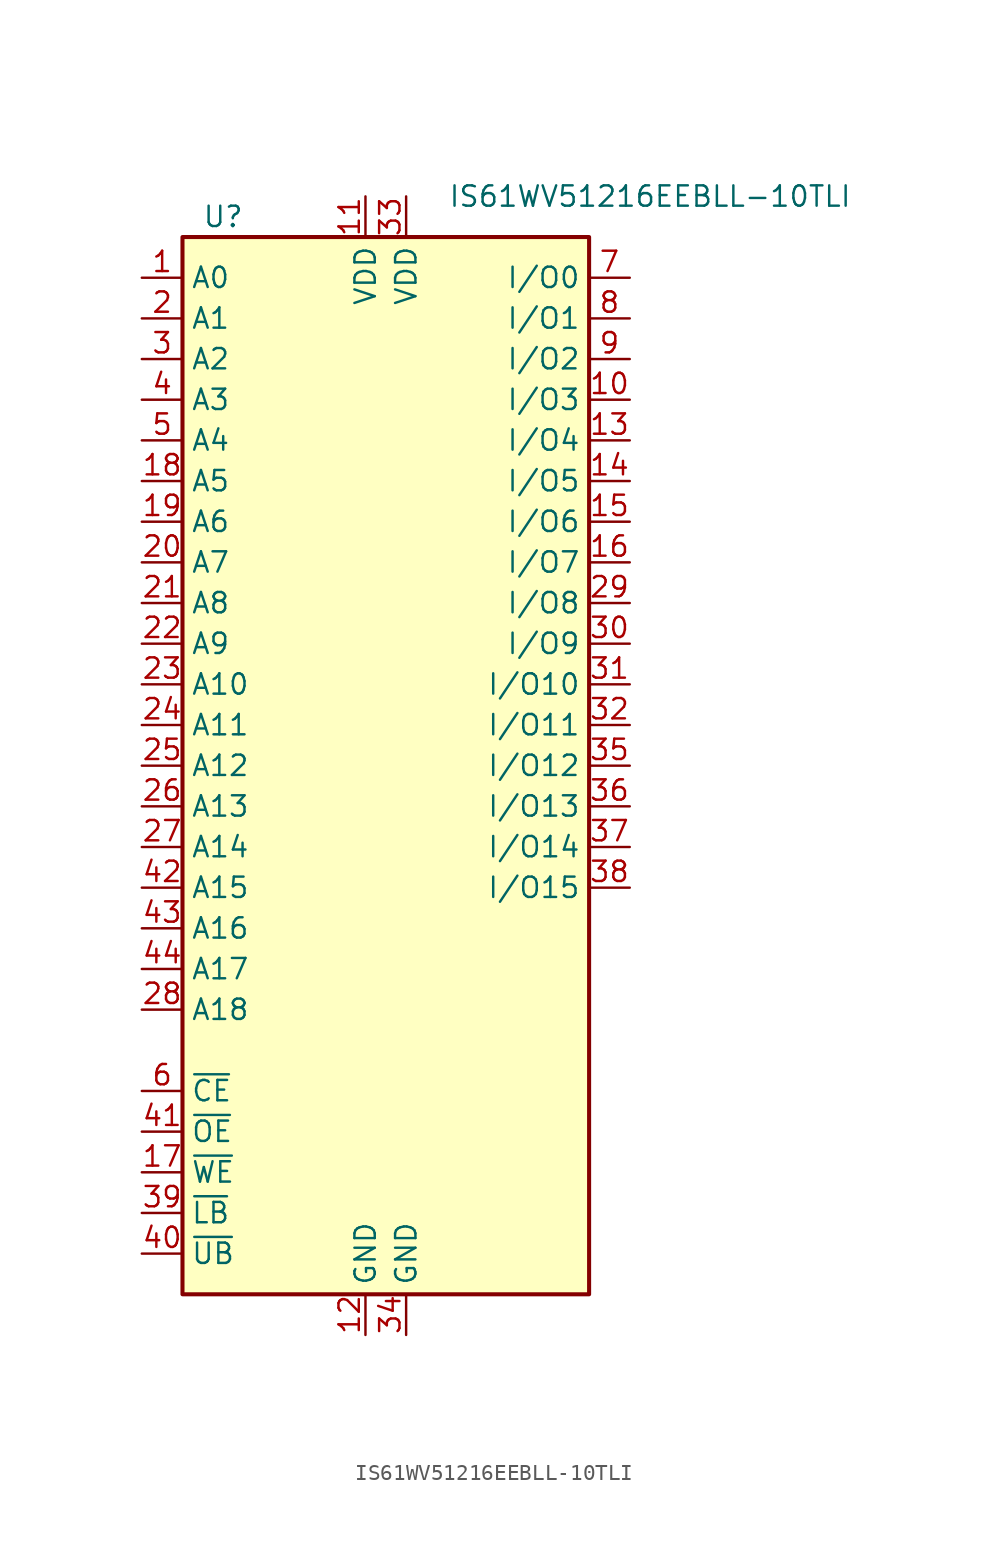
<source format=kicad_sym>
(kicad_symbol_lib
  (version 20220914)
  (generator kicad_symbol_editor)
  (symbol "IS61WV51216EEBLL-10TLI"
    (property "Reference" "U"
      (at -10.16 31.75 0)
      (effects (font (size 1.27 1.27))))
    (property "Value" "IS61WV51216EEBLL-10TLI"
      (at 16.51 33.02 0)
      (effects (font (size 1.27 1.27))))
    (symbol "IS61WV51216EEBLL-10TLI_0_1"
      (rectangle (start -12.7 30.48) (end 12.7 -35.56) (stroke (width 0.254) (type default)) (fill (type background))))
    (symbol "IS61WV51216EEBLL-10TLI_1_1"
      (pin input line (at -15.24 27.94 0) (length 2.54) (name "A0" (effects (font (size 1.27 1.27)))) (number "1" (effects (font (size 1.27 1.27)))))
      (pin bidirectional line (at 15.24 20.32 180) (length 2.54) (name "I/O3" (effects (font (size 1.27 1.27)))) (number "10" (effects (font (size 1.27 1.27)))))
      (pin power_in line (at -1.27 33.02 270) (length 2.54) (name "VDD" (effects (font (size 1.27 1.27)))) (number "11" (effects (font (size 1.27 1.27)))))
      (pin power_in line (at -1.27 -38.1 90) (length 2.54) (name "GND" (effects (font (size 1.27 1.27)))) (number "12" (effects (font (size 1.27 1.27)))))
      (pin bidirectional line (at 15.24 17.78 180) (length 2.54) (name "I/O4" (effects (font (size 1.27 1.27)))) (number "13" (effects (font (size 1.27 1.27)))))
      (pin bidirectional line (at 15.24 15.24 180) (length 2.54) (name "I/O5" (effects (font (size 1.27 1.27)))) (number "14" (effects (font (size 1.27 1.27)))))
      (pin bidirectional line (at 15.24 12.7 180) (length 2.54) (name "I/O6" (effects (font (size 1.27 1.27)))) (number "15" (effects (font (size 1.27 1.27)))))
      (pin bidirectional line (at 15.24 10.16 180) (length 2.54) (name "I/O7" (effects (font (size 1.27 1.27)))) (number "16" (effects (font (size 1.27 1.27)))))
      (pin input line (at -15.24 -27.94 0) (length 2.54) (name "~{WE}" (effects (font (size 1.27 1.27)))) (number "17" (effects (font (size 1.27 1.27)))))
      (pin input line (at -15.24 15.24 0) (length 2.54) (name "A5" (effects (font (size 1.27 1.27)))) (number "18" (effects (font (size 1.27 1.27)))))
      (pin input line (at -15.24 12.7 0) (length 2.54) (name "A6" (effects (font (size 1.27 1.27)))) (number "19" (effects (font (size 1.27 1.27)))))
      (pin input line (at -15.24 25.4 0) (length 2.54) (name "A1" (effects (font (size 1.27 1.27)))) (number "2" (effects (font (size 1.27 1.27)))))
      (pin input line (at -15.24 10.16 0) (length 2.54) (name "A7" (effects (font (size 1.27 1.27)))) (number "20" (effects (font (size 1.27 1.27)))))
      (pin input line (at -15.24 7.62 0) (length 2.54) (name "A8" (effects (font (size 1.27 1.27)))) (number "21" (effects (font (size 1.27 1.27)))))
      (pin input line (at -15.24 5.08 0) (length 2.54) (name "A9" (effects (font (size 1.27 1.27)))) (number "22" (effects (font (size 1.27 1.27)))))
      (pin input line (at -15.24 2.54 0) (length 2.54) (name "A10" (effects (font (size 1.27 1.27)))) (number "23" (effects (font (size 1.27 1.27)))))
      (pin input line (at -15.24 0 0) (length 2.54) (name "A11" (effects (font (size 1.27 1.27)))) (number "24" (effects (font (size 1.27 1.27)))))
      (pin input line (at -15.24 -2.54 0) (length 2.54) (name "A12" (effects (font (size 1.27 1.27)))) (number "25" (effects (font (size 1.27 1.27)))))
      (pin input line (at -15.24 -5.08 0) (length 2.54) (name "A13" (effects (font (size 1.27 1.27)))) (number "26" (effects (font (size 1.27 1.27)))))
      (pin input line (at -15.24 -7.62 0) (length 2.54) (name "A14" (effects (font (size 1.27 1.27)))) (number "27" (effects (font (size 1.27 1.27)))))
      (pin input line (at -15.24 -17.78 0) (length 2.54) (name "A18" (effects (font (size 1.27 1.27)))) (number "28" (effects (font (size 1.27 1.27)))))
      (pin bidirectional line (at 15.24 7.62 180) (length 2.54) (name "I/O8" (effects (font (size 1.27 1.27)))) (number "29" (effects (font (size 1.27 1.27)))))
      (pin input line (at -15.24 22.86 0) (length 2.54) (name "A2" (effects (font (size 1.27 1.27)))) (number "3" (effects (font (size 1.27 1.27)))))
      (pin bidirectional line (at 15.24 5.08 180) (length 2.54) (name "I/O9" (effects (font (size 1.27 1.27)))) (number "30" (effects (font (size 1.27 1.27)))))
      (pin bidirectional line (at 15.24 2.54 180) (length 2.54) (name "I/O10" (effects (font (size 1.27 1.27)))) (number "31" (effects (font (size 1.27 1.27)))))
      (pin bidirectional line (at 15.24 0 180) (length 2.54) (name "I/O11" (effects (font (size 1.27 1.27)))) (number "32" (effects (font (size 1.27 1.27)))))
      (pin power_in line (at 1.27 33.02 270) (length 2.54) (name "VDD" (effects (font (size 1.27 1.27)))) (number "33" (effects (font (size 1.27 1.27)))))
      (pin power_in line (at 1.27 -38.1 90) (length 2.54) (name "GND" (effects (font (size 1.27 1.27)))) (number "34" (effects (font (size 1.27 1.27)))))
      (pin bidirectional line (at 15.24 -2.54 180) (length 2.54) (name "I/O12" (effects (font (size 1.27 1.27)))) (number "35" (effects (font (size 1.27 1.27)))))
      (pin bidirectional line (at 15.24 -5.08 180) (length 2.54) (name "I/O13" (effects (font (size 1.27 1.27)))) (number "36" (effects (font (size 1.27 1.27)))))
      (pin bidirectional line (at 15.24 -7.62 180) (length 2.54) (name "I/O14" (effects (font (size 1.27 1.27)))) (number "37" (effects (font (size 1.27 1.27)))))
      (pin bidirectional line (at 15.24 -10.16 180) (length 2.54) (name "I/O15" (effects (font (size 1.27 1.27)))) (number "38" (effects (font (size 1.27 1.27)))))
      (pin input line (at -15.24 -30.48 0) (length 2.54) (name "~{LB}" (effects (font (size 1.27 1.27)))) (number "39" (effects (font (size 1.27 1.27)))))
      (pin input line (at -15.24 20.32 0) (length 2.54) (name "A3" (effects (font (size 1.27 1.27)))) (number "4" (effects (font (size 1.27 1.27)))))
      (pin input line (at -15.24 -33.02 0) (length 2.54) (name "~{UB}" (effects (font (size 1.27 1.27)))) (number "40" (effects (font (size 1.27 1.27)))))
      (pin input line (at -15.24 -25.4 0) (length 2.54) (name "~{OE}" (effects (font (size 1.27 1.27)))) (number "41" (effects (font (size 1.27 1.27)))))
      (pin input line (at -15.24 -10.16 0) (length 2.54) (name "A15" (effects (font (size 1.27 1.27)))) (number "42" (effects (font (size 1.27 1.27)))))
      (pin input line (at -15.24 -12.7 0) (length 2.54) (name "A16" (effects (font (size 1.27 1.27)))) (number "43" (effects (font (size 1.27 1.27)))))
      (pin input line (at -15.24 -15.24 0) (length 2.54) (name "A17" (effects (font (size 1.27 1.27)))) (number "44" (effects (font (size 1.27 1.27)))))
      (pin input line (at -15.24 17.78 0) (length 2.54) (name "A4" (effects (font (size 1.27 1.27)))) (number "5" (effects (font (size 1.27 1.27)))))
      (pin input line (at -15.24 -22.86 0) (length 2.54) (name "~{CE}" (effects (font (size 1.27 1.27)))) (number "6" (effects (font (size 1.27 1.27)))))
      (pin bidirectional line (at 15.24 27.94 180) (length 2.54) (name "I/O0" (effects (font (size 1.27 1.27)))) (number "7" (effects (font (size 1.27 1.27)))))
      (pin bidirectional line (at 15.24 25.4 180) (length 2.54) (name "I/O1" (effects (font (size 1.27 1.27)))) (number "8" (effects (font (size 1.27 1.27)))))
      (pin bidirectional line (at 15.24 22.86 180) (length 2.54) (name "I/O2" (effects (font (size 1.27 1.27)))) (number "9" (effects (font (size 1.27 1.27))))))))
</source>
